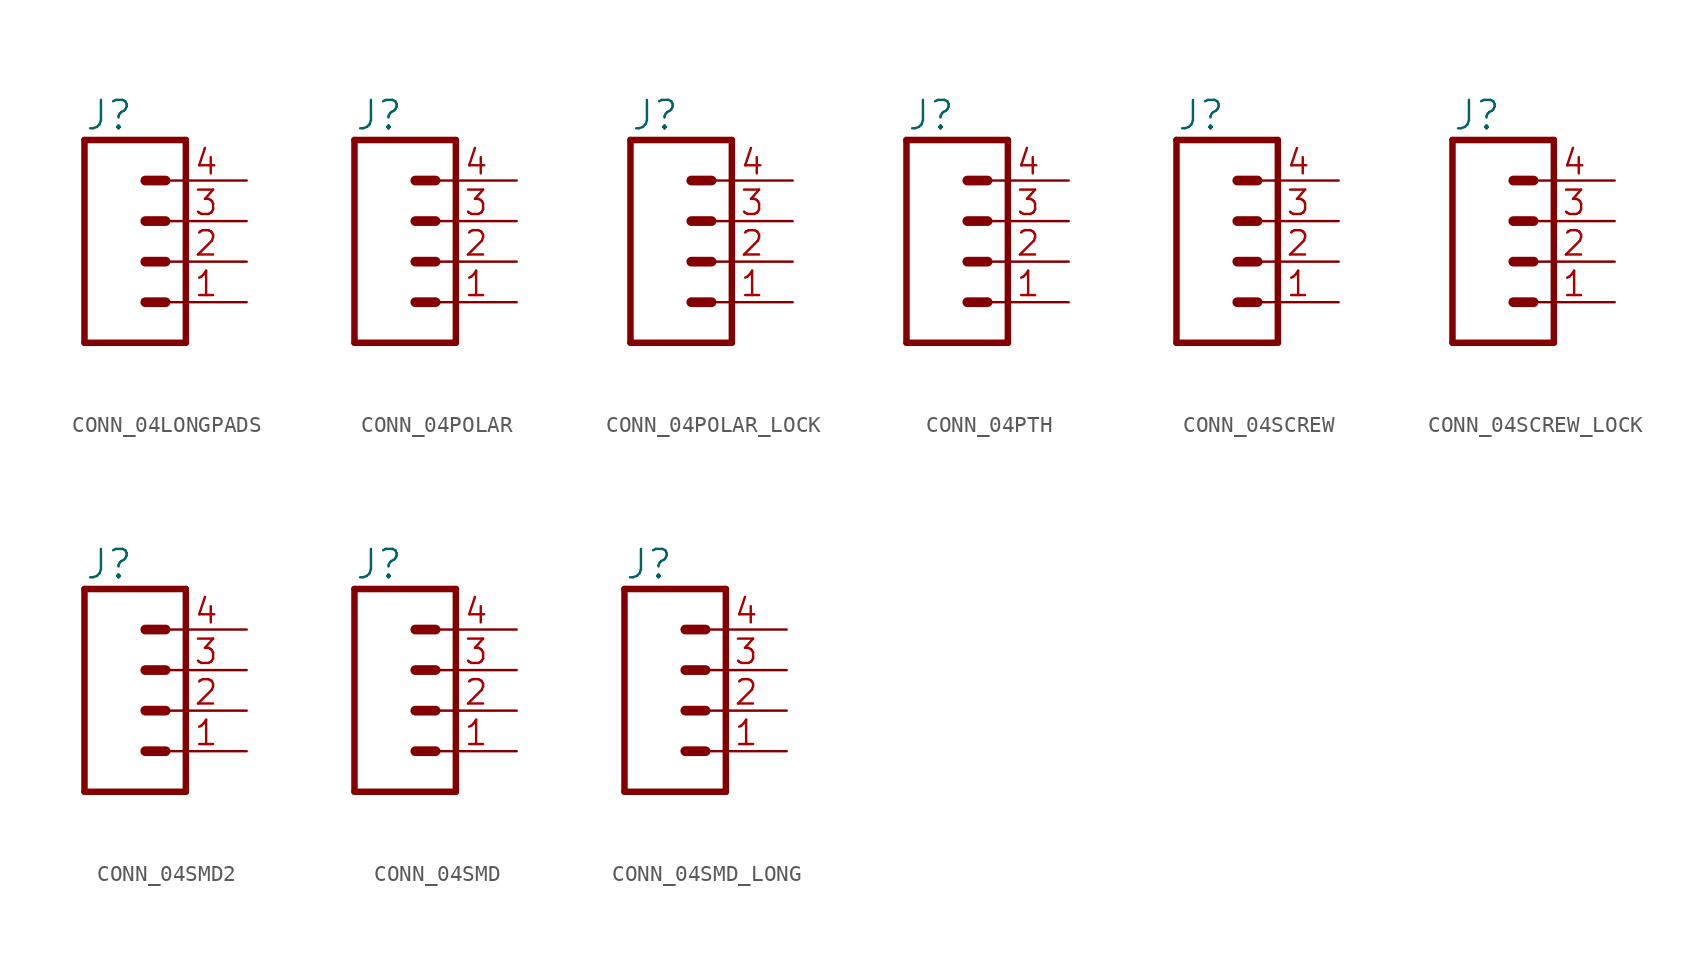
<source format=kicad_sym>
(kicad_symbol_lib
  (version 20241209)
  (generator "kicad_symbol_editor")
  (generator_version "9.0")
  (symbol "CONN_04LONGPADS"
    (property "Reference" "J"
      (at -5.08 8.128 0)
      (effects (font (size 1.778 1.778)) (justify left bottom)))
    (property "Value" ""
      (at -5.08 -7.366 0)
      (effects (font (size 1.778 1.778)) (justify left bottom)))
    (property "ki_locked" ""
      (at 0 0 0)
      (effects (font (size 1.27 1.27))))
    (symbol "CONN_04LONGPADS_1_0"
      (polyline (pts (xy -5.08 7.62) (xy -5.08 -5.08)) (stroke (width 0.406) (type solid)) (fill (type none)))
      (polyline (pts (xy -5.08 7.62) (xy 1.27 7.62)) (stroke (width 0.406) (type solid)) (fill (type none)))
      (polyline (pts (xy -1.27 5.08) (xy 0 5.08)) (stroke (width 0.61) (type solid)) (fill (type none)))
      (polyline (pts (xy -1.27 2.54) (xy 0 2.54)) (stroke (width 0.61) (type solid)) (fill (type none)))
      (polyline (pts (xy -1.27 0) (xy 0 0)) (stroke (width 0.61) (type solid)) (fill (type none)))
      (polyline (pts (xy -1.27 -2.54) (xy 0 -2.54)) (stroke (width 0.61) (type solid)) (fill (type none)))
      (polyline (pts (xy 1.27 -5.08) (xy -5.08 -5.08)) (stroke (width 0.406) (type solid)) (fill (type none)))
      (polyline (pts (xy 1.27 -5.08) (xy 1.27 7.62)) (stroke (width 0.406) (type solid)) (fill (type none)))
      (pin passive line (at 5.08 5.08 180) (length 5.08) (name "4" (effects (font (size 0 0)))) (number "4" (effects (font (size 1.524 1.524)))))
      (pin passive line (at 5.08 2.54 180) (length 5.08) (name "3" (effects (font (size 0 0)))) (number "3" (effects (font (size 1.524 1.524)))))
      (pin passive line (at 5.08 0 180) (length 5.08) (name "2" (effects (font (size 0 0)))) (number "2" (effects (font (size 1.524 1.524)))))
      (pin passive line (at 5.08 -2.54 180) (length 5.08) (name "1" (effects (font (size 0 0)))) (number "1" (effects (font (size 1.524 1.524)))))))
  (symbol "CONN_04POLAR"
    (property "Reference" "J"
      (at -5.08 8.128 0)
      (effects (font (size 1.778 1.778)) (justify left bottom)))
    (property "Value" ""
      (at -5.08 -7.366 0)
      (effects (font (size 1.778 1.778)) (justify left bottom)))
    (property "ki_locked" ""
      (at 0 0 0)
      (effects (font (size 1.27 1.27))))
    (symbol "CONN_04POLAR_1_0"
      (polyline (pts (xy -5.08 7.62) (xy -5.08 -5.08)) (stroke (width 0.406) (type solid)) (fill (type none)))
      (polyline (pts (xy -5.08 7.62) (xy 1.27 7.62)) (stroke (width 0.406) (type solid)) (fill (type none)))
      (polyline (pts (xy -1.27 5.08) (xy 0 5.08)) (stroke (width 0.61) (type solid)) (fill (type none)))
      (polyline (pts (xy -1.27 2.54) (xy 0 2.54)) (stroke (width 0.61) (type solid)) (fill (type none)))
      (polyline (pts (xy -1.27 0) (xy 0 0)) (stroke (width 0.61) (type solid)) (fill (type none)))
      (polyline (pts (xy -1.27 -2.54) (xy 0 -2.54)) (stroke (width 0.61) (type solid)) (fill (type none)))
      (polyline (pts (xy 1.27 -5.08) (xy -5.08 -5.08)) (stroke (width 0.406) (type solid)) (fill (type none)))
      (polyline (pts (xy 1.27 -5.08) (xy 1.27 7.62)) (stroke (width 0.406) (type solid)) (fill (type none)))
      (pin passive line (at 5.08 5.08 180) (length 5.08) (name "4" (effects (font (size 0 0)))) (number "4" (effects (font (size 1.524 1.524)))))
      (pin passive line (at 5.08 2.54 180) (length 5.08) (name "3" (effects (font (size 0 0)))) (number "3" (effects (font (size 1.524 1.524)))))
      (pin passive line (at 5.08 0 180) (length 5.08) (name "2" (effects (font (size 0 0)))) (number "2" (effects (font (size 1.524 1.524)))))
      (pin passive line (at 5.08 -2.54 180) (length 5.08) (name "1" (effects (font (size 0 0)))) (number "1" (effects (font (size 1.524 1.524)))))))
  (symbol "CONN_04POLAR_LOCK"
    (property "Reference" "J"
      (at -5.08 8.128 0)
      (effects (font (size 1.778 1.778)) (justify left bottom)))
    (property "Value" ""
      (at -5.08 -7.366 0)
      (effects (font (size 1.778 1.778)) (justify left bottom)))
    (property "ki_locked" ""
      (at 0 0 0)
      (effects (font (size 1.27 1.27))))
    (symbol "CONN_04POLAR_LOCK_1_0"
      (polyline (pts (xy -5.08 7.62) (xy -5.08 -5.08)) (stroke (width 0.406) (type solid)) (fill (type none)))
      (polyline (pts (xy -5.08 7.62) (xy 1.27 7.62)) (stroke (width 0.406) (type solid)) (fill (type none)))
      (polyline (pts (xy -1.27 5.08) (xy 0 5.08)) (stroke (width 0.61) (type solid)) (fill (type none)))
      (polyline (pts (xy -1.27 2.54) (xy 0 2.54)) (stroke (width 0.61) (type solid)) (fill (type none)))
      (polyline (pts (xy -1.27 0) (xy 0 0)) (stroke (width 0.61) (type solid)) (fill (type none)))
      (polyline (pts (xy -1.27 -2.54) (xy 0 -2.54)) (stroke (width 0.61) (type solid)) (fill (type none)))
      (polyline (pts (xy 1.27 -5.08) (xy -5.08 -5.08)) (stroke (width 0.406) (type solid)) (fill (type none)))
      (polyline (pts (xy 1.27 -5.08) (xy 1.27 7.62)) (stroke (width 0.406) (type solid)) (fill (type none)))
      (pin passive line (at 5.08 5.08 180) (length 5.08) (name "4" (effects (font (size 0 0)))) (number "4" (effects (font (size 1.524 1.524)))))
      (pin passive line (at 5.08 2.54 180) (length 5.08) (name "3" (effects (font (size 0 0)))) (number "3" (effects (font (size 1.524 1.524)))))
      (pin passive line (at 5.08 0 180) (length 5.08) (name "2" (effects (font (size 0 0)))) (number "2" (effects (font (size 1.524 1.524)))))
      (pin passive line (at 5.08 -2.54 180) (length 5.08) (name "1" (effects (font (size 0 0)))) (number "1" (effects (font (size 1.524 1.524)))))))
  (symbol "CONN_04PTH"
    (property "Reference" "J"
      (at -5.08 8.128 0)
      (effects (font (size 1.778 1.778)) (justify left bottom)))
    (property "Value" ""
      (at -5.08 -7.366 0)
      (effects (font (size 1.778 1.778)) (justify left bottom)))
    (property "ki_locked" ""
      (at 0 0 0)
      (effects (font (size 1.27 1.27))))
    (symbol "CONN_04PTH_1_0"
      (polyline (pts (xy -5.08 7.62) (xy -5.08 -5.08)) (stroke (width 0.406) (type solid)) (fill (type none)))
      (polyline (pts (xy -5.08 7.62) (xy 1.27 7.62)) (stroke (width 0.406) (type solid)) (fill (type none)))
      (polyline (pts (xy -1.27 5.08) (xy 0 5.08)) (stroke (width 0.61) (type solid)) (fill (type none)))
      (polyline (pts (xy -1.27 2.54) (xy 0 2.54)) (stroke (width 0.61) (type solid)) (fill (type none)))
      (polyline (pts (xy -1.27 0) (xy 0 0)) (stroke (width 0.61) (type solid)) (fill (type none)))
      (polyline (pts (xy -1.27 -2.54) (xy 0 -2.54)) (stroke (width 0.61) (type solid)) (fill (type none)))
      (polyline (pts (xy 1.27 -5.08) (xy -5.08 -5.08)) (stroke (width 0.406) (type solid)) (fill (type none)))
      (polyline (pts (xy 1.27 -5.08) (xy 1.27 7.62)) (stroke (width 0.406) (type solid)) (fill (type none)))
      (pin passive line (at 5.08 5.08 180) (length 5.08) (name "4" (effects (font (size 0 0)))) (number "4" (effects (font (size 1.524 1.524)))))
      (pin passive line (at 5.08 2.54 180) (length 5.08) (name "3" (effects (font (size 0 0)))) (number "3" (effects (font (size 1.524 1.524)))))
      (pin passive line (at 5.08 0 180) (length 5.08) (name "2" (effects (font (size 0 0)))) (number "2" (effects (font (size 1.524 1.524)))))
      (pin passive line (at 5.08 -2.54 180) (length 5.08) (name "1" (effects (font (size 0 0)))) (number "1" (effects (font (size 1.524 1.524)))))))
  (symbol "CONN_04SCREW"
    (property "Reference" "J"
      (at -5.08 8.128 0)
      (effects (font (size 1.778 1.778)) (justify left bottom)))
    (property "Value" ""
      (at -5.08 -7.366 0)
      (effects (font (size 1.778 1.778)) (justify left bottom)))
    (property "ki_locked" ""
      (at 0 0 0)
      (effects (font (size 1.27 1.27))))
    (symbol "CONN_04SCREW_1_0"
      (polyline (pts (xy -5.08 7.62) (xy -5.08 -5.08)) (stroke (width 0.406) (type solid)) (fill (type none)))
      (polyline (pts (xy -5.08 7.62) (xy 1.27 7.62)) (stroke (width 0.406) (type solid)) (fill (type none)))
      (polyline (pts (xy -1.27 5.08) (xy 0 5.08)) (stroke (width 0.61) (type solid)) (fill (type none)))
      (polyline (pts (xy -1.27 2.54) (xy 0 2.54)) (stroke (width 0.61) (type solid)) (fill (type none)))
      (polyline (pts (xy -1.27 0) (xy 0 0)) (stroke (width 0.61) (type solid)) (fill (type none)))
      (polyline (pts (xy -1.27 -2.54) (xy 0 -2.54)) (stroke (width 0.61) (type solid)) (fill (type none)))
      (polyline (pts (xy 1.27 -5.08) (xy -5.08 -5.08)) (stroke (width 0.406) (type solid)) (fill (type none)))
      (polyline (pts (xy 1.27 -5.08) (xy 1.27 7.62)) (stroke (width 0.406) (type solid)) (fill (type none)))
      (pin passive line (at 5.08 5.08 180) (length 5.08) (name "4" (effects (font (size 0 0)))) (number "4" (effects (font (size 1.524 1.524)))))
      (pin passive line (at 5.08 2.54 180) (length 5.08) (name "3" (effects (font (size 0 0)))) (number "3" (effects (font (size 1.524 1.524)))))
      (pin passive line (at 5.08 0 180) (length 5.08) (name "2" (effects (font (size 0 0)))) (number "2" (effects (font (size 1.524 1.524)))))
      (pin passive line (at 5.08 -2.54 180) (length 5.08) (name "1" (effects (font (size 0 0)))) (number "1" (effects (font (size 1.524 1.524)))))))
  (symbol "CONN_04SCREW_LOCK"
    (property "Reference" "J"
      (at -5.08 8.128 0)
      (effects (font (size 1.778 1.778)) (justify left bottom)))
    (property "Value" ""
      (at -5.08 -7.366 0)
      (effects (font (size 1.778 1.778)) (justify left bottom)))
    (property "ki_locked" ""
      (at 0 0 0)
      (effects (font (size 1.27 1.27))))
    (symbol "CONN_04SCREW_LOCK_1_0"
      (polyline (pts (xy -5.08 7.62) (xy -5.08 -5.08)) (stroke (width 0.406) (type solid)) (fill (type none)))
      (polyline (pts (xy -5.08 7.62) (xy 1.27 7.62)) (stroke (width 0.406) (type solid)) (fill (type none)))
      (polyline (pts (xy -1.27 5.08) (xy 0 5.08)) (stroke (width 0.61) (type solid)) (fill (type none)))
      (polyline (pts (xy -1.27 2.54) (xy 0 2.54)) (stroke (width 0.61) (type solid)) (fill (type none)))
      (polyline (pts (xy -1.27 0) (xy 0 0)) (stroke (width 0.61) (type solid)) (fill (type none)))
      (polyline (pts (xy -1.27 -2.54) (xy 0 -2.54)) (stroke (width 0.61) (type solid)) (fill (type none)))
      (polyline (pts (xy 1.27 -5.08) (xy -5.08 -5.08)) (stroke (width 0.406) (type solid)) (fill (type none)))
      (polyline (pts (xy 1.27 -5.08) (xy 1.27 7.62)) (stroke (width 0.406) (type solid)) (fill (type none)))
      (pin passive line (at 5.08 5.08 180) (length 5.08) (name "4" (effects (font (size 0 0)))) (number "4" (effects (font (size 1.524 1.524)))))
      (pin passive line (at 5.08 2.54 180) (length 5.08) (name "3" (effects (font (size 0 0)))) (number "3" (effects (font (size 1.524 1.524)))))
      (pin passive line (at 5.08 0 180) (length 5.08) (name "2" (effects (font (size 0 0)))) (number "2" (effects (font (size 1.524 1.524)))))
      (pin passive line (at 5.08 -2.54 180) (length 5.08) (name "1" (effects (font (size 0 0)))) (number "1" (effects (font (size 1.524 1.524)))))))
  (symbol "CONN_04SMD2"
    (property "Reference" "J"
      (at -5.08 8.128 0)
      (effects (font (size 1.778 1.778)) (justify left bottom)))
    (property "Value" ""
      (at -5.08 -7.366 0)
      (effects (font (size 1.778 1.778)) (justify left bottom)))
    (property "ki_locked" ""
      (at 0 0 0)
      (effects (font (size 1.27 1.27))))
    (symbol "CONN_04SMD2_1_0"
      (polyline (pts (xy -5.08 7.62) (xy -5.08 -5.08)) (stroke (width 0.406) (type solid)) (fill (type none)))
      (polyline (pts (xy -5.08 7.62) (xy 1.27 7.62)) (stroke (width 0.406) (type solid)) (fill (type none)))
      (polyline (pts (xy -1.27 5.08) (xy 0 5.08)) (stroke (width 0.61) (type solid)) (fill (type none)))
      (polyline (pts (xy -1.27 2.54) (xy 0 2.54)) (stroke (width 0.61) (type solid)) (fill (type none)))
      (polyline (pts (xy -1.27 0) (xy 0 0)) (stroke (width 0.61) (type solid)) (fill (type none)))
      (polyline (pts (xy -1.27 -2.54) (xy 0 -2.54)) (stroke (width 0.61) (type solid)) (fill (type none)))
      (polyline (pts (xy 1.27 -5.08) (xy -5.08 -5.08)) (stroke (width 0.406) (type solid)) (fill (type none)))
      (polyline (pts (xy 1.27 -5.08) (xy 1.27 7.62)) (stroke (width 0.406) (type solid)) (fill (type none)))
      (pin passive line (at 5.08 5.08 180) (length 5.08) (name "4" (effects (font (size 0 0)))) (number "4" (effects (font (size 1.524 1.524)))))
      (pin passive line (at 5.08 2.54 180) (length 5.08) (name "3" (effects (font (size 0 0)))) (number "3" (effects (font (size 1.524 1.524)))))
      (pin passive line (at 5.08 0 180) (length 5.08) (name "2" (effects (font (size 0 0)))) (number "2" (effects (font (size 1.524 1.524)))))
      (pin passive line (at 5.08 -2.54 180) (length 5.08) (name "1" (effects (font (size 0 0)))) (number "1" (effects (font (size 1.524 1.524)))))))
  (symbol "CONN_04SMD"
    (property "Reference" "J"
      (at -5.08 8.128 0)
      (effects (font (size 1.778 1.778)) (justify left bottom)))
    (property "Value" ""
      (at -5.08 -7.366 0)
      (effects (font (size 1.778 1.778)) (justify left bottom)))
    (property "ki_locked" ""
      (at 0 0 0)
      (effects (font (size 1.27 1.27))))
    (symbol "CONN_04SMD_1_0"
      (polyline (pts (xy -5.08 7.62) (xy -5.08 -5.08)) (stroke (width 0.406) (type solid)) (fill (type none)))
      (polyline (pts (xy -5.08 7.62) (xy 1.27 7.62)) (stroke (width 0.406) (type solid)) (fill (type none)))
      (polyline (pts (xy -1.27 5.08) (xy 0 5.08)) (stroke (width 0.61) (type solid)) (fill (type none)))
      (polyline (pts (xy -1.27 2.54) (xy 0 2.54)) (stroke (width 0.61) (type solid)) (fill (type none)))
      (polyline (pts (xy -1.27 0) (xy 0 0)) (stroke (width 0.61) (type solid)) (fill (type none)))
      (polyline (pts (xy -1.27 -2.54) (xy 0 -2.54)) (stroke (width 0.61) (type solid)) (fill (type none)))
      (polyline (pts (xy 1.27 -5.08) (xy -5.08 -5.08)) (stroke (width 0.406) (type solid)) (fill (type none)))
      (polyline (pts (xy 1.27 -5.08) (xy 1.27 7.62)) (stroke (width 0.406) (type solid)) (fill (type none)))
      (pin passive line (at 5.08 5.08 180) (length 5.08) (name "4" (effects (font (size 0 0)))) (number "4" (effects (font (size 1.524 1.524)))))
      (pin passive line (at 5.08 2.54 180) (length 5.08) (name "3" (effects (font (size 0 0)))) (number "3" (effects (font (size 1.524 1.524)))))
      (pin passive line (at 5.08 0 180) (length 5.08) (name "2" (effects (font (size 0 0)))) (number "2" (effects (font (size 1.524 1.524)))))
      (pin passive line (at 5.08 -2.54 180) (length 5.08) (name "1" (effects (font (size 0 0)))) (number "1" (effects (font (size 1.524 1.524)))))))
  (symbol "CONN_04SMD_LONG"
    (property "Reference" "J"
      (at -5.08 8.128 0)
      (effects (font (size 1.778 1.778)) (justify left bottom)))
    (property "Value" ""
      (at -5.08 -7.366 0)
      (effects (font (size 1.778 1.778)) (justify left bottom)))
    (property "ki_locked" ""
      (at 0 0 0)
      (effects (font (size 1.27 1.27))))
    (symbol "CONN_04SMD_LONG_1_0"
      (polyline (pts (xy -5.08 7.62) (xy -5.08 -5.08)) (stroke (width 0.406) (type solid)) (fill (type none)))
      (polyline (pts (xy -5.08 7.62) (xy 1.27 7.62)) (stroke (width 0.406) (type solid)) (fill (type none)))
      (polyline (pts (xy -1.27 5.08) (xy 0 5.08)) (stroke (width 0.61) (type solid)) (fill (type none)))
      (polyline (pts (xy -1.27 2.54) (xy 0 2.54)) (stroke (width 0.61) (type solid)) (fill (type none)))
      (polyline (pts (xy -1.27 0) (xy 0 0)) (stroke (width 0.61) (type solid)) (fill (type none)))
      (polyline (pts (xy -1.27 -2.54) (xy 0 -2.54)) (stroke (width 0.61) (type solid)) (fill (type none)))
      (polyline (pts (xy 1.27 -5.08) (xy -5.08 -5.08)) (stroke (width 0.406) (type solid)) (fill (type none)))
      (polyline (pts (xy 1.27 -5.08) (xy 1.27 7.62)) (stroke (width 0.406) (type solid)) (fill (type none)))
      (pin passive line (at 5.08 5.08 180) (length 5.08) (name "4" (effects (font (size 0 0)))) (number "4" (effects (font (size 1.524 1.524)))))
      (pin passive line (at 5.08 2.54 180) (length 5.08) (name "3" (effects (font (size 0 0)))) (number "3" (effects (font (size 1.524 1.524)))))
      (pin passive line (at 5.08 0 180) (length 5.08) (name "2" (effects (font (size 0 0)))) (number "2" (effects (font (size 1.524 1.524)))))
      (pin passive line (at 5.08 -2.54 180) (length 5.08) (name "1" (effects (font (size 0 0)))) (number "1" (effects (font (size 1.524 1.524))))))))
</source>
